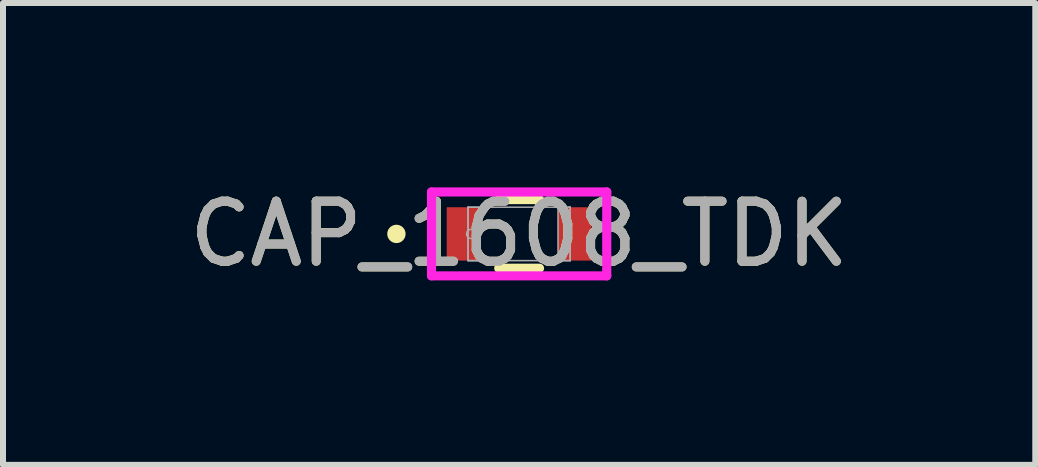
<source format=kicad_pcb>
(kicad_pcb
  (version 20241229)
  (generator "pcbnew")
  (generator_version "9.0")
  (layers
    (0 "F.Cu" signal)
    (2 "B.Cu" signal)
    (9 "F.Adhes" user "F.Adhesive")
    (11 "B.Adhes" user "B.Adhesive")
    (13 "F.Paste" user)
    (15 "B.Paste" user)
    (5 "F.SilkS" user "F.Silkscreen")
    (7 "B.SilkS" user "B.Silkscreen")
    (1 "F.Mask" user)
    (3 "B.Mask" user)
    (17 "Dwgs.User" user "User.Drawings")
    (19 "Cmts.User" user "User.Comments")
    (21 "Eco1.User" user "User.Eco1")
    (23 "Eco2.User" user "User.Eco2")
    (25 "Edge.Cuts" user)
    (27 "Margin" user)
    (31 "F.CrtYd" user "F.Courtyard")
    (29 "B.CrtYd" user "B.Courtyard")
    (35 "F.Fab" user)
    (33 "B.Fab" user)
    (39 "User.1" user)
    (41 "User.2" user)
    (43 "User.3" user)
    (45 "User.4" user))
  (footprint "CAP_1608_TDK"
    (layer "F.Cu")
    (at 5.601 0.848)
    (property "Reference" "CAP_1608_TDK" (at 0 0 0) (unlocked yes) (layer "F.SilkS") (effects (font (size 1 1) (thickness 0.15))))
    (attr smd)
    (fp_line (start -0.34 0.572) (end 0.34 0.572) (stroke (width 0.152) (type solid)) (layer "F.SilkS"))
    (fp_line (start 0.34 -0.572) (end -0.34 -0.572) (stroke (width 0.152) (type solid)) (layer "F.SilkS"))
    (fp_circle (center -2.045 0) (end -1.968 0) (stroke (width 0.152) (type solid)) (fill no) (layer "F.SilkS"))
    (fp_line (start -1.46 -0.699) (end 1.46 -0.699) (stroke (width 0.152) (type solid)) (layer "F.CrtYd"))
    (fp_line (start -1.46 0.699) (end -1.46 -0.699) (stroke (width 0.152) (type solid)) (layer "F.CrtYd"))
    (fp_line (start 1.46 -0.699) (end 1.46 0.699) (stroke (width 0.152) (type solid)) (layer "F.CrtYd"))
    (fp_line (start 1.46 0.699) (end -1.46 0.699) (stroke (width 0.152) (type solid)) (layer "F.CrtYd"))
    (fp_line (start -0.851 -0.445) (end -0.851 0.445) (stroke (width 0.025) (type solid)) (layer "F.Fab"))
    (fp_line (start -0.851 -0.445) (end -0.851 0.445) (stroke (width 0.025) (type solid)) (layer "F.Fab"))
    (fp_line (start -0.851 0.445) (end -0.648 0.445) (stroke (width 0.025) (type solid)) (layer "F.Fab"))
    (fp_line (start -0.851 0.445) (end 0.851 0.445) (stroke (width 0.025) (type solid)) (layer "F.Fab"))
    (fp_line (start -0.648 -0.445) (end -0.851 -0.445) (stroke (width 0.025) (type solid)) (layer "F.Fab"))
    (fp_line (start -0.648 0.445) (end -0.648 -0.445) (stroke (width 0.025) (type solid)) (layer "F.Fab"))
    (fp_line (start 0.648 -0.445) (end 0.648 0.445) (stroke (width 0.025) (type solid)) (layer "F.Fab"))
    (fp_line (start 0.648 0.445) (end 0.851 0.445) (stroke (width 0.025) (type solid)) (layer "F.Fab"))
    (fp_line (start 0.851 -0.445) (end -0.851 -0.445) (stroke (width 0.025) (type solid)) (layer "F.Fab"))
    (fp_line (start 0.851 -0.445) (end 0.648 -0.445) (stroke (width 0.025) (type solid)) (layer "F.Fab"))
    (fp_line (start 0.851 0.445) (end 0.851 -0.445) (stroke (width 0.025) (type solid)) (layer "F.Fab"))
    (fp_line (start 0.851 0.445) (end 0.851 -0.445) (stroke (width 0.025) (type solid)) (layer "F.Fab"))
    (fp_circle (center -0.8 0) (end -0.724 0) (stroke (width 0.025) (type solid)) (fill no) (layer "F.Fab"))
    (fp_text user "${REFERENCE}" (at 0 0 0) (unlocked yes) (layer "F.Fab") (effects (font (size 1 1) (thickness 0.15))))
    (pad "1" smd rect (at -0.927 0) (size 0.559 0.889) (layers "F.Cu" "F.Mask" "F.Paste"))
    (pad "2" smd rect (at 0.927 0) (size 0.559 0.889) (layers "F.Cu" "F.Mask" "F.Paste"))
    (zone (net_name "") (layer "F.Cu") (hatch full 0.508) (connect_pads) (min_thickness 0.254) (filled_areas_thickness no) (keepout (tracks not_allowed) (vias not_allowed) (pads allowed) (copperpour not_allowed) (footprints allowed)) (placement (enabled no)) (fill) (polygon (pts (xy 5.004 0.455) (xy 6.198 0.455) (xy 6.198 1.242) (xy 5.004 1.242)))))
  (gr_rect
    (start -3 -3)
    (end 14.202 4.697)
    (stroke (width 0.1) (type default))
    (fill no)
    (layer "Edge.Cuts")))
</source>
